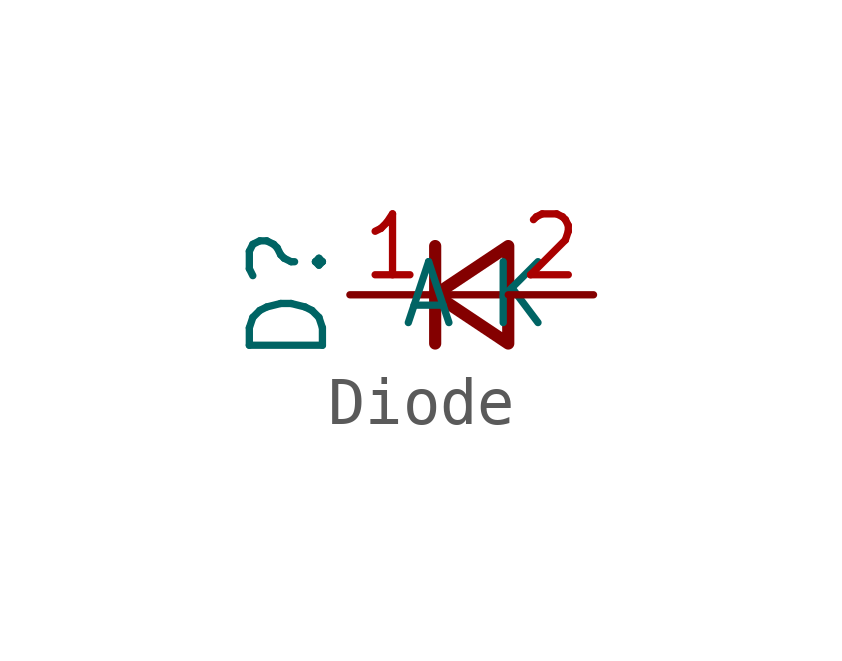
<source format=kicad_sym>
(kicad_symbol_lib
  (version 20220914)
  (generator kicad_symbol_editor)
  (symbol "Diode"
    (pin_names
      (offset 1.016))
    (property "Reference" "D"
      (at -3.81 -1.27 90)
      (effects (font (size 1.524 1.524))))
    (property "Footprint" ""
      (at 0 0 0)
      (effects (font (size 1.524 1.524))))
    (property "Datasheet" ""
      (at 0 0 0)
      (effects (font (size 1.524 1.524))))
    (symbol "Diode_0_1"
      (polyline (pts (xy -0.762 -2.286) (xy -0.762 -0.254)) (stroke (width 0.254) (type default)) (fill (type none)))
      (polyline (pts (xy -0.762 -1.27) (xy 0.762 -1.27)) (stroke (width 0) (type default)) (fill (type none)))
      (polyline (pts (xy 0.762 -2.286) (xy -0.762 -1.27) (xy 0.762 -0.254) (xy 0.762 -2.286)) (stroke (width 0.254) (type default)) (fill (type none))))
    (symbol "Diode_1_1"
      (pin passive line (at -2.54 -1.27 0) (length 1.778) (name "K" (effects (font (size 1.27 1.27)))) (number "1" (effects (font (size 1.27 1.27)))))
      (pin passive line (at 2.54 -1.27 180) (length 1.778) (name "A" (effects (font (size 1.27 1.27)))) (number "2" (effects (font (size 1.27 1.27))))))))
</source>
